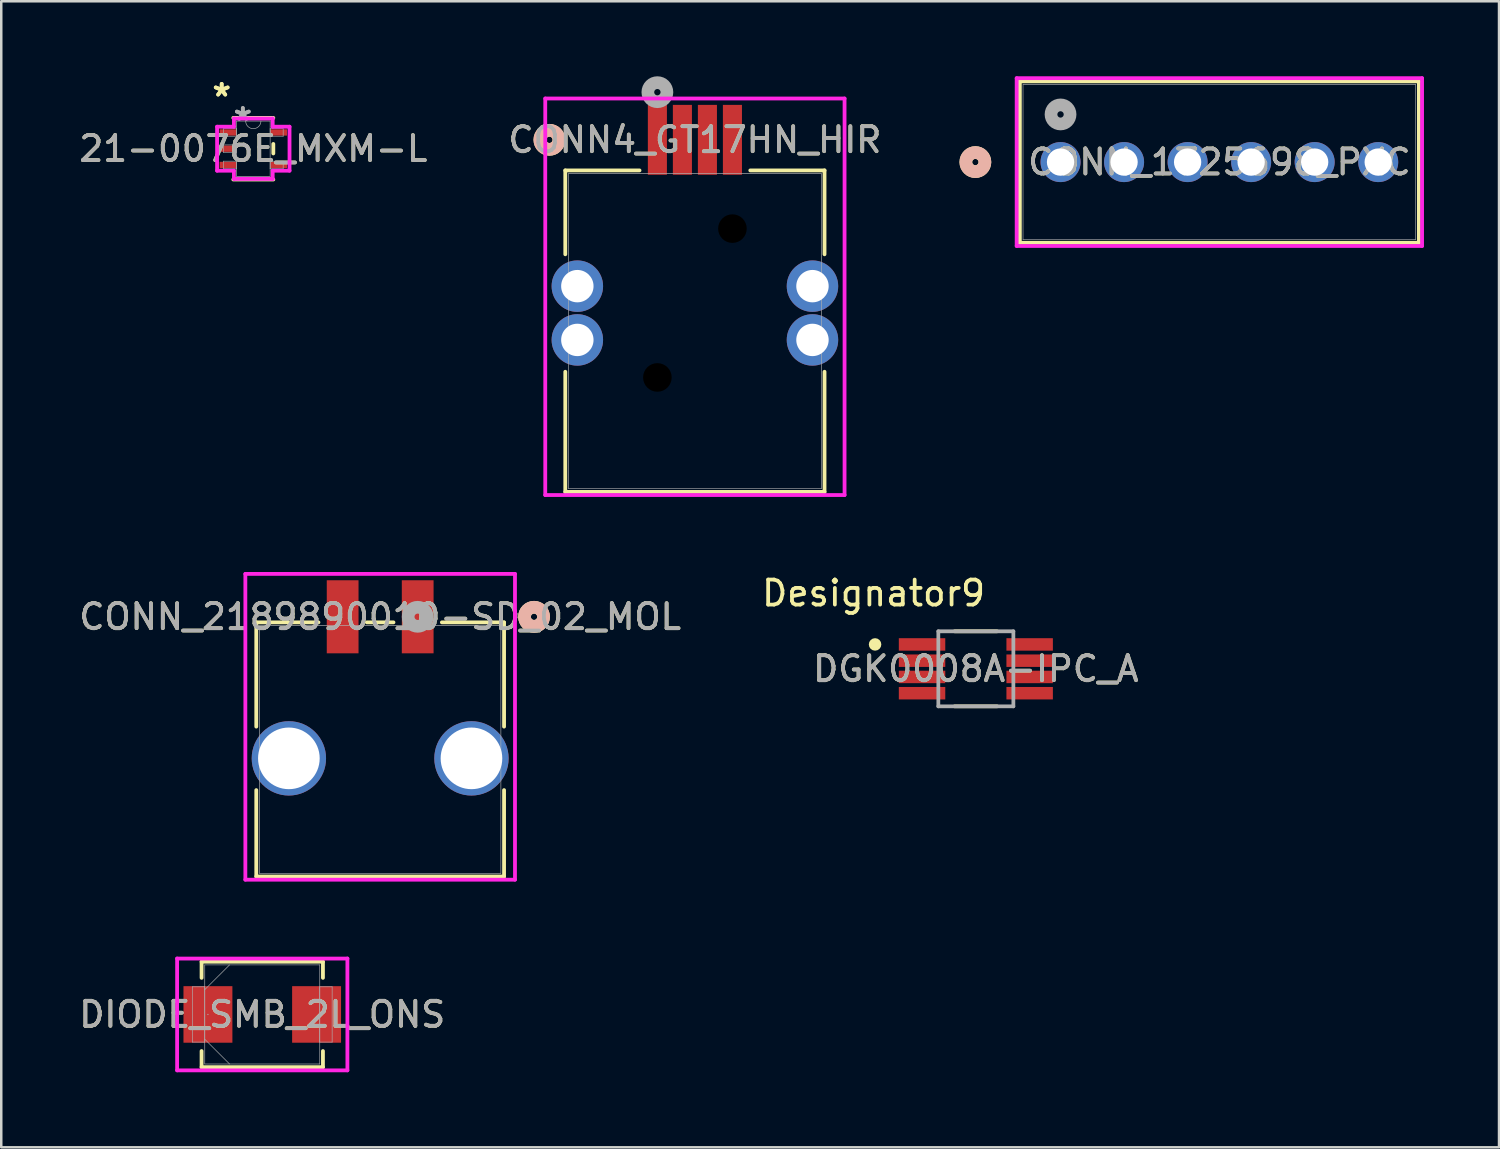
<source format=kicad_pcb>
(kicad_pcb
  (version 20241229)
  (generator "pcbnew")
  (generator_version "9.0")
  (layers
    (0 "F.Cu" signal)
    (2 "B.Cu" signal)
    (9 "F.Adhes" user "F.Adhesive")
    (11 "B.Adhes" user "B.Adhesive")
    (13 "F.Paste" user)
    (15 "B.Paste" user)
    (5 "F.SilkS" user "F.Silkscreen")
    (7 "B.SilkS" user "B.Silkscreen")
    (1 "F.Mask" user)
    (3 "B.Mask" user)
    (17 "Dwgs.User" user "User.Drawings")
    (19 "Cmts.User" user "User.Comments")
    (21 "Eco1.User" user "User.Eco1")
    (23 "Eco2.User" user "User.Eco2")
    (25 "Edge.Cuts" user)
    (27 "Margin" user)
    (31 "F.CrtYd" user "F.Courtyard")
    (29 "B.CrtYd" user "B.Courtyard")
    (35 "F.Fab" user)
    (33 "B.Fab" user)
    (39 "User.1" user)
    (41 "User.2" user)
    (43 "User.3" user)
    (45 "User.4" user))
  (footprint "21-0076E_MXM-L"
    (layer "F.Cu")
    (at 7.077 2.895)
    (property "Reference" "21-0076E_MXM-L" (at 0 0 0) (unlocked yes) (layer "F.SilkS") (effects (font (size 1 1) (thickness 0.15))))
    (attr smd)
    (fp_line (start -0.8 1.232) (end 0.8 1.232) (stroke (width 0.152) (type solid)) (layer "F.SilkS"))
    (fp_line (start 0.8 -1.232) (end -0.8 -1.232) (stroke (width 0.152) (type solid)) (layer "F.SilkS"))
    (fp_line (start 0.8 0.19) (end 0.8 -0.19) (stroke (width 0.152) (type solid)) (layer "F.SilkS"))
    (fp_line (start -1.448 -0.879) (end -0.775 -0.879) (stroke (width 0.152) (type solid)) (layer "F.CrtYd"))
    (fp_line (start -1.448 0.879) (end -1.448 -0.879) (stroke (width 0.152) (type solid)) (layer "F.CrtYd"))
    (fp_line (start -0.775 -1.206) (end 0.775 -1.206) (stroke (width 0.152) (type solid)) (layer "F.CrtYd"))
    (fp_line (start -0.775 -0.879) (end -0.775 -1.206) (stroke (width 0.152) (type solid)) (layer "F.CrtYd"))
    (fp_line (start -0.775 0.879) (end -1.448 0.879) (stroke (width 0.152) (type solid)) (layer "F.CrtYd"))
    (fp_line (start -0.775 1.206) (end -0.775 0.879) (stroke (width 0.152) (type solid)) (layer "F.CrtYd"))
    (fp_line (start 0.775 -1.206) (end 0.775 -0.879) (stroke (width 0.152) (type solid)) (layer "F.CrtYd"))
    (fp_line (start 0.775 -0.879) (end 1.448 -0.879) (stroke (width 0.152) (type solid)) (layer "F.CrtYd"))
    (fp_line (start 0.775 0.879) (end 0.775 1.206) (stroke (width 0.152) (type solid)) (layer "F.CrtYd"))
    (fp_line (start 0.775 1.206) (end -0.775 1.206) (stroke (width 0.152) (type solid)) (layer "F.CrtYd"))
    (fp_line (start 1.448 -0.879) (end 1.448 0.879) (stroke (width 0.152) (type solid)) (layer "F.CrtYd"))
    (fp_line (start 1.448 0.879) (end 0.775 0.879) (stroke (width 0.152) (type solid)) (layer "F.CrtYd"))
    (fp_line (start -1.194 -0.802) (end -1.194 -0.498) (stroke (width 0.025) (type solid)) (layer "F.Fab"))
    (fp_line (start -1.194 -0.498) (end -0.673 -0.498) (stroke (width 0.025) (type solid)) (layer "F.Fab"))
    (fp_line (start -1.194 -0.152) (end -1.194 0.152) (stroke (width 0.025) (type solid)) (layer "F.Fab"))
    (fp_line (start -1.194 0.152) (end -0.673 0.152) (stroke (width 0.025) (type solid)) (layer "F.Fab"))
    (fp_line (start -1.194 0.498) (end -1.194 0.802) (stroke (width 0.025) (type solid)) (layer "F.Fab"))
    (fp_line (start -1.194 0.802) (end -0.673 0.802) (stroke (width 0.025) (type solid)) (layer "F.Fab"))
    (fp_line (start -0.673 -1.105) (end -0.673 1.105) (stroke (width 0.025) (type solid)) (layer "F.Fab"))
    (fp_line (start -0.673 -0.802) (end -1.194 -0.802) (stroke (width 0.025) (type solid)) (layer "F.Fab"))
    (fp_line (start -0.673 -0.498) (end -0.673 -0.802) (stroke (width 0.025) (type solid)) (layer "F.Fab"))
    (fp_line (start -0.673 -0.152) (end -1.194 -0.152) (stroke (width 0.025) (type solid)) (layer "F.Fab"))
    (fp_line (start -0.673 0.152) (end -0.673 -0.152) (stroke (width 0.025) (type solid)) (layer "F.Fab"))
    (fp_line (start -0.673 0.498) (end -1.194 0.498) (stroke (width 0.025) (type solid)) (layer "F.Fab"))
    (fp_line (start -0.673 0.802) (end -0.673 0.498) (stroke (width 0.025) (type solid)) (layer "F.Fab"))
    (fp_line (start -0.673 1.105) (end 0.673 1.105) (stroke (width 0.025) (type solid)) (layer "F.Fab"))
    (fp_line (start 0.673 -1.105) (end -0.673 -1.105) (stroke (width 0.025) (type solid)) (layer "F.Fab"))
    (fp_line (start 0.673 -0.802) (end 0.673 -0.498) (stroke (width 0.025) (type solid)) (layer "F.Fab"))
    (fp_line (start 0.673 -0.498) (end 1.194 -0.498) (stroke (width 0.025) (type solid)) (layer "F.Fab"))
    (fp_line (start 0.673 0.498) (end 0.673 0.802) (stroke (width 0.025) (type solid)) (layer "F.Fab"))
    (fp_line (start 0.673 0.802) (end 1.194 0.802) (stroke (width 0.025) (type solid)) (layer "F.Fab"))
    (fp_line (start 0.673 1.105) (end 0.673 -1.105) (stroke (width 0.025) (type solid)) (layer "F.Fab"))
    (fp_line (start 1.194 -0.802) (end 0.673 -0.802) (stroke (width 0.025) (type solid)) (layer "F.Fab"))
    (fp_line (start 1.194 -0.498) (end 1.194 -0.802) (stroke (width 0.025) (type solid)) (layer "F.Fab"))
    (fp_line (start 1.194 0.498) (end 0.673 0.498) (stroke (width 0.025) (type solid)) (layer "F.Fab"))
    (fp_line (start 1.194 0.802) (end 1.194 0.498) (stroke (width 0.025) (type solid)) (layer "F.Fab"))
    (fp_arc (start 0.3048 -1.1049) (mid 0 -0.8001) (end -0.3048 -1.1049) (stroke (width 0.0254) (type solid)) (layer "F.Fab"))
    (fp_text user "*" (at -1.264 -2.047 0) (unlocked yes) (layer "F.SilkS") (effects (font (size 1 1) (thickness 0.15))))
    (fp_text user "*" (at -1.264 -2.047 0) (layer "F.SilkS") (effects (font (size 1 1) (thickness 0.15))))
    (fp_text user "*" (at -0.419 -1.082 0) (layer "F.Fab") (effects (font (size 1 1) (thickness 0.15))))
    (fp_text user "*" (at -0.419 -1.082 0) (unlocked yes) (layer "F.Fab") (effects (font (size 1 1) (thickness 0.15))))
    (fp_text user "${REFERENCE}" (at 0 0 0) (unlocked yes) (layer "F.Fab") (effects (font (size 1 1) (thickness 0.15))))
    (pad "1" smd rect (at -1.01 -0.65) (size 0.673 0.254) (layers "F.Cu" "F.Mask" "F.Paste"))
    (pad "2" smd rect (at -1.01 0) (size 0.673 0.254) (layers "F.Cu" "F.Mask" "F.Paste"))
    (pad "3" smd rect (at -1.01 0.65) (size 0.673 0.254) (layers "F.Cu" "F.Mask" "F.Paste"))
    (pad "4" smd rect (at 1.01 0.65) (size 0.673 0.254) (layers "F.Cu" "F.Mask" "F.Paste"))
    (pad "5" smd rect (at 1.01 -0.65) (size 0.673 0.254) (layers "F.Cu" "F.Mask" "F.Paste")))
  (footprint "CONN_1725698_PXC"
    (layer "F.Cu")
    (at 39.35 3.43)
    (property "Reference" "CONN_1725698_PXC" (at 6.35 0 0) (unlocked yes) (layer "F.SilkS") (effects (font (size 1 1) (thickness 0.15))))
    (attr through_hole)
    (fp_line (start -1.627 -3.227) (end -1.627 3.227) (stroke (width 0.152) (type solid)) (layer "F.SilkS"))
    (fp_line (start -1.627 3.227) (end 14.327 3.227) (stroke (width 0.152) (type solid)) (layer "F.SilkS"))
    (fp_line (start 14.327 -3.227) (end -1.627 -3.227) (stroke (width 0.152) (type solid)) (layer "F.SilkS"))
    (fp_line (start 14.327 3.227) (end 14.327 -3.227) (stroke (width 0.152) (type solid)) (layer "F.SilkS"))
    (fp_circle (center -3.405 0) (end -3.024 0) (stroke (width 0.508) (type solid)) (fill no) (layer "F.SilkS"))
    (fp_circle (center -3.405 0) (end -3.024 0) (stroke (width 0.508) (type solid)) (fill no) (layer "B.SilkS"))
    (fp_line (start -1.754 -3.354) (end -1.754 3.354) (stroke (width 0.152) (type solid)) (layer "F.CrtYd"))
    (fp_line (start -1.754 3.354) (end 14.454 3.354) (stroke (width 0.152) (type solid)) (layer "F.CrtYd"))
    (fp_line (start 14.454 -3.354) (end -1.754 -3.354) (stroke (width 0.152) (type solid)) (layer "F.CrtYd"))
    (fp_line (start 14.454 3.354) (end 14.454 -3.354) (stroke (width 0.152) (type solid)) (layer "F.CrtYd"))
    (fp_line (start -1.5 -3.1) (end -1.5 3.1) (stroke (width 0.025) (type solid)) (layer "F.Fab"))
    (fp_line (start -1.5 3.1) (end 14.2 3.1) (stroke (width 0.025) (type solid)) (layer "F.Fab"))
    (fp_line (start 14.2 -3.1) (end -1.5 -3.1) (stroke (width 0.025) (type solid)) (layer "F.Fab"))
    (fp_line (start 14.2 3.1) (end 14.2 -3.1) (stroke (width 0.025) (type solid)) (layer "F.Fab"))
    (fp_circle (center 0 -1.905) (end 0.381 -1.905) (stroke (width 0.508) (type solid)) (fill no) (layer "F.Fab"))
    (fp_text user "${REFERENCE}" (at 6.35 0 0) (unlocked yes) (layer "F.Fab") (effects (font (size 1 1) (thickness 0.15))))
    (pad "1" thru_hole circle (at 0 0) (size 1.6 1.6) (drill 1.092) (layers "*.Cu" "*.Mask"))
    (pad "2" thru_hole circle (at 2.54 0) (size 1.6 1.6) (drill 1.092) (layers "*.Cu" "*.Mask"))
    (pad "3" thru_hole circle (at 5.08 0) (size 1.6 1.6) (drill 1.092) (layers "*.Cu" "*.Mask"))
    (pad "4" thru_hole circle (at 7.62 0) (size 1.6 1.6) (drill 1.092) (layers "*.Cu" "*.Mask"))
    (pad "5" thru_hole circle (at 10.16 0) (size 1.6 1.6) (drill 1.092) (layers "*.Cu" "*.Mask"))
    (pad "6" thru_hole circle (at 12.7 0) (size 1.6 1.6) (drill 1.092) (layers "*.Cu" "*.Mask")))
  (footprint "DGK0008A-IPC_A"
    (layer "F.Cu")
    (at 35.964 23.689)
    (property "Reference" "DGK0008A-IPC_A" (at 0 0 0) (unlocked yes) (layer "F.SilkS") (effects (font (size 1 1) (thickness 0.15))))
    (attr smd)
    (fp_line (start -0.848 -1.5) (end 0.848 -1.5) (stroke (width 0.15) (type solid)) (layer "F.SilkS"))
    (fp_line (start -0.848 1.5) (end 0.848 1.5) (stroke (width 0.15) (type solid)) (layer "F.SilkS"))
    (fp_circle (center -4.029 -0.975) (end -3.904 -0.975) (stroke (width 0.25) (type solid)) (fill no) (layer "F.SilkS"))
    (fp_line (start -1.5 -1.5) (end 1.5 -1.5) (stroke (width 0.15) (type solid)) (layer "F.Fab"))
    (fp_line (start -1.5 1.5) (end -1.5 -1.5) (stroke (width 0.15) (type solid)) (layer "F.Fab"))
    (fp_line (start -1.5 1.5) (end 1.5 1.5) (stroke (width 0.15) (type solid)) (layer "F.Fab"))
    (fp_line (start 1.5 1.5) (end 1.5 -1.5) (stroke (width 0.15) (type solid)) (layer "F.Fab"))
    (fp_text user "Designator9" (at -4.089 -3.023 0) (unlocked yes) (layer "F.SilkS") (effects (font (size 1 1) (thickness 0.15))))
    (fp_text user "${REFERENCE}" (at 0 0 0) (unlocked yes) (layer "F.Fab") (effects (font (size 1 1) (thickness 0.15))))
    (pad "1" smd rect (at -2.151 -0.975) (size 1.857 0.498) (layers "F.Cu" "F.Mask" "F.Paste"))
    (pad "2" smd rect (at -2.151 -0.325) (size 1.857 0.498) (layers "F.Cu" "F.Mask" "F.Paste"))
    (pad "3" smd rect (at -2.151 0.325) (size 1.857 0.498) (layers "F.Cu" "F.Mask" "F.Paste"))
    (pad "4" smd rect (at -2.151 0.975) (size 1.857 0.498) (layers "F.Cu" "F.Mask" "F.Paste"))
    (pad "5" smd rect (at 2.151 0.975) (size 1.857 0.498) (layers "F.Cu" "F.Mask" "F.Paste"))
    (pad "6" smd rect (at 2.151 0.325) (size 1.857 0.498) (layers "F.Cu" "F.Mask" "F.Paste"))
    (pad "7" smd rect (at 2.151 -0.325) (size 1.857 0.498) (layers "F.Cu" "F.Mask" "F.Paste"))
    (pad "8" smd rect (at 2.151 -0.975) (size 1.857 0.498) (layers "F.Cu" "F.Mask" "F.Paste")))
  (footprint "CONN_2189890010-SD_02_MOL"
    (layer "F.Cu")
    (at 12.149 26.912)
    (property "Reference" "CONN_2189890010-SD_02_MOL" (at 0 -5.303 0) (unlocked yes) (layer "F.SilkS") (effects (font (size 1 1) (thickness 0.15))))
    (fp_line (start -4.953 -5.08) (end -4.953 -0.912) (stroke (width 0.152) (type solid)) (layer "F.SilkS"))
    (fp_line (start -4.953 1.626) (end -4.953 5.08) (stroke (width 0.152) (type solid)) (layer "F.SilkS"))
    (fp_line (start -4.953 5.08) (end 4.953 5.08) (stroke (width 0.152) (type solid)) (layer "F.SilkS"))
    (fp_line (start -2.468 -5.08) (end -4.953 -5.08) (stroke (width 0.152) (type solid)) (layer "F.SilkS"))
    (fp_line (start 0.532 -5.08) (end -0.532 -5.08) (stroke (width 0.152) (type solid)) (layer "F.SilkS"))
    (fp_line (start 4.953 -5.08) (end 2.468 -5.08) (stroke (width 0.152) (type solid)) (layer "F.SilkS"))
    (fp_line (start 4.953 -0.912) (end 4.953 -5.08) (stroke (width 0.152) (type solid)) (layer "F.SilkS"))
    (fp_line (start 4.953 5.08) (end 4.953 1.626) (stroke (width 0.152) (type solid)) (layer "F.SilkS"))
    (fp_circle (center 6.152 -5.303) (end 6.533 -5.303) (stroke (width 0.508) (type solid)) (fill no) (layer "F.SilkS"))
    (fp_circle (center 6.152 -5.303) (end 6.533 -5.303) (stroke (width 0.508) (type solid)) (fill no) (layer "B.SilkS"))
    (fp_line (start -5.39 -7.017) (end -5.39 5.207) (stroke (width 0.152) (type solid)) (layer "F.CrtYd"))
    (fp_line (start -5.39 5.207) (end 5.39 5.207) (stroke (width 0.152) (type solid)) (layer "F.CrtYd"))
    (fp_line (start 5.39 -7.017) (end -5.39 -7.017) (stroke (width 0.152) (type solid)) (layer "F.CrtYd"))
    (fp_line (start 5.39 5.207) (end 5.39 -7.017) (stroke (width 0.152) (type solid)) (layer "F.CrtYd"))
    (fp_line (start -4.826 -4.953) (end -4.826 4.953) (stroke (width 0.025) (type solid)) (layer "F.Fab"))
    (fp_line (start -4.826 4.953) (end 4.826 4.953) (stroke (width 0.025) (type solid)) (layer "F.Fab"))
    (fp_line (start 4.826 -4.953) (end -4.826 -4.953) (stroke (width 0.025) (type solid)) (layer "F.Fab"))
    (fp_line (start 4.826 4.953) (end 4.826 -4.953) (stroke (width 0.025) (type solid)) (layer "F.Fab"))
    (fp_circle (center 1.5 -5.303) (end 1.881 -5.303) (stroke (width 0.508) (type solid)) (fill no) (layer "F.Fab"))
    (fp_text user "${REFERENCE}" (at 0 -5.303 0) (unlocked yes) (layer "F.Fab") (effects (font (size 1 1) (thickness 0.15))))
    (pad "1" smd rect (at 1.5 -5.303) (size 1.27 2.921) (layers "F.Cu" "F.Mask" "F.Paste"))
    (pad "2" smd rect (at -1.5 -5.303) (size 1.27 2.921) (layers "F.Cu" "F.Mask" "F.Paste"))
    (pad "3" thru_hole circle (at -3.65 0.357) (size 2.972 2.972) (drill 2.464) (layers "*.Cu" "*.Mask"))
    (pad "4" thru_hole circle (at 3.65 0.357) (size 2.972 2.972) (drill 2.464) (layers "*.Cu" "*.Mask"))
    (zone (net_name "") (layer "F.Cu") (hatch full 0.508) (connect_pads) (min_thickness 0.254) (filled_areas_thickness no) (keepout (tracks not_allowed) (vias not_allowed) (pads allowed) (copperpour not_allowed) (footprints allowed)) (placement (enabled no)) (fill) (polygon (pts (xy 6.405 23.259) (xy 6.405 24.859) (xy 8.843 24.859) (xy 8.843 23.259))))
    (zone (net_name "") (layer "F.Cu") (hatch full 0.508) (connect_pads) (min_thickness 0.254) (filled_areas_thickness no) (keepout (tracks not_allowed) (vias not_allowed) (pads allowed) (copperpour not_allowed) (footprints allowed)) (placement (enabled no)) (fill) (polygon (pts (xy 15.455 23.259) (xy 15.455 24.859) (xy 17.893 24.859) (xy 17.893 23.259)))))
  (footprint "DIODE_SMB_2L_ONS"
    (layer "F.Cu")
    (at 7.435 37.507)
    (property "Reference" "DIODE_SMB_2L_ONS" (at 0 0 0) (unlocked yes) (layer "F.SilkS") (effects (font (size 1 1) (thickness 0.15))))
    (attr smd)
    (fp_line (start -2.426 -2.108) (end -2.426 -1.463) (stroke (width 0.152) (type solid)) (layer "F.SilkS"))
    (fp_line (start -2.426 1.463) (end -2.426 2.108) (stroke (width 0.152) (type solid)) (layer "F.SilkS"))
    (fp_line (start -2.426 2.108) (end 2.426 2.108) (stroke (width 0.152) (type solid)) (layer "F.SilkS"))
    (fp_line (start 2.426 -2.108) (end -2.426 -2.108) (stroke (width 0.152) (type solid)) (layer "F.SilkS"))
    (fp_line (start 2.426 -1.463) (end 2.426 -2.108) (stroke (width 0.152) (type solid)) (layer "F.SilkS"))
    (fp_line (start 2.426 2.108) (end 2.426 1.463) (stroke (width 0.152) (type solid)) (layer "F.SilkS"))
    (fp_line (start -3.404 -2.235) (end 3.404 -2.235) (stroke (width 0.152) (type solid)) (layer "F.CrtYd"))
    (fp_line (start -3.404 2.235) (end -3.404 -2.235) (stroke (width 0.152) (type solid)) (layer "F.CrtYd"))
    (fp_line (start 3.404 -2.235) (end 3.404 2.235) (stroke (width 0.152) (type solid)) (layer "F.CrtYd"))
    (fp_line (start 3.404 2.235) (end -3.404 2.235) (stroke (width 0.152) (type solid)) (layer "F.CrtYd"))
    (fp_line (start -2.794 -1.105) (end -2.794 1.105) (stroke (width 0.025) (type solid)) (layer "F.Fab"))
    (fp_line (start -2.794 1.105) (end -2.299 1.105) (stroke (width 0.025) (type solid)) (layer "F.Fab"))
    (fp_line (start -2.299 -1.981) (end -2.299 1.981) (stroke (width 0.025) (type solid)) (layer "F.Fab"))
    (fp_line (start -2.299 -1.105) (end -2.794 -1.105) (stroke (width 0.025) (type solid)) (layer "F.Fab"))
    (fp_line (start -2.299 -0.991) (end -1.308 -1.981) (stroke (width 0.025) (type solid)) (layer "F.Fab"))
    (fp_line (start -2.299 0.991) (end -1.308 1.981) (stroke (width 0.025) (type solid)) (layer "F.Fab"))
    (fp_line (start -2.299 1.105) (end -2.299 -1.105) (stroke (width 0.025) (type solid)) (layer "F.Fab"))
    (fp_line (start -2.299 1.981) (end 2.299 1.981) (stroke (width 0.025) (type solid)) (layer "F.Fab"))
    (fp_line (start 2.299 -1.981) (end -2.299 -1.981) (stroke (width 0.025) (type solid)) (layer "F.Fab"))
    (fp_line (start 2.299 -1.105) (end 2.299 1.105) (stroke (width 0.025) (type solid)) (layer "F.Fab"))
    (fp_line (start 2.299 1.105) (end 2.794 1.105) (stroke (width 0.025) (type solid)) (layer "F.Fab"))
    (fp_line (start 2.299 1.981) (end 2.299 -1.981) (stroke (width 0.025) (type solid)) (layer "F.Fab"))
    (fp_line (start 2.794 -1.105) (end 2.299 -1.105) (stroke (width 0.025) (type solid)) (layer "F.Fab"))
    (fp_line (start 2.794 1.105) (end 2.794 -1.105) (stroke (width 0.025) (type solid)) (layer "F.Fab"))
    (fp_circle (center -2.172 0) (end -2.172 0) (stroke (width 0.025) (type solid)) (fill no) (layer "F.Fab"))
    (fp_text user "${REFERENCE}" (at 0 0 0) (unlocked yes) (layer "F.Fab") (effects (font (size 1 1) (thickness 0.15))))
    (pad "1" smd rect (at -2.172 0) (size 1.956 2.261) (layers "F.Cu" "F.Mask" "F.Paste"))
    (pad "2" smd rect (at 2.172 0) (size 1.956 2.261) (layers "F.Cu" "F.Mask" "F.Paste"))
    (zone (net_name "") (layer "F.Cu") (hatch full 0.508) (connect_pads) (min_thickness 0.254) (filled_areas_thickness no) (keepout (tracks not_allowed) (vias not_allowed) (pads allowed) (copperpour not_allowed) (footprints allowed)) (placement (enabled no)) (fill) (polygon (pts (xy 6.292 35.576) (xy 8.578 35.576) (xy 8.578 39.437) (xy 6.292 39.437)))))
  (footprint "CONN4_GT17HN_HIR"
    (layer "F.Cu")
    (at 24.732 10.189)
    (property "Reference" "CONN4_GT17HN_HIR" (at 0 -7.649 0) (unlocked yes) (layer "F.SilkS") (effects (font (size 1 1) (thickness 0.15))))
    (fp_line (start -5.182 -6.426) (end -5.182 -3.073) (stroke (width 0.152) (type solid)) (layer "F.SilkS"))
    (fp_line (start -5.182 1.624) (end -5.182 6.426) (stroke (width 0.152) (type solid)) (layer "F.SilkS"))
    (fp_line (start -5.182 6.426) (end 5.182 6.426) (stroke (width 0.152) (type solid)) (layer "F.SilkS"))
    (fp_line (start -2.214 -6.426) (end -5.182 -6.426) (stroke (width 0.152) (type solid)) (layer "F.SilkS"))
    (fp_line (start 5.182 -6.426) (end 2.214 -6.426) (stroke (width 0.152) (type solid)) (layer "F.SilkS"))
    (fp_line (start 5.182 -3.073) (end 5.182 -6.426) (stroke (width 0.152) (type solid)) (layer "F.SilkS"))
    (fp_line (start 5.182 6.426) (end 5.182 1.624) (stroke (width 0.152) (type solid)) (layer "F.SilkS"))
    (fp_circle (center -5.817 -7.649) (end -5.436 -7.649) (stroke (width 0.508) (type solid)) (fill no) (layer "F.SilkS"))
    (fp_circle (center -5.817 -7.649) (end -5.436 -7.649) (stroke (width 0.508) (type solid)) (fill no) (layer "B.SilkS"))
    (fp_line (start -5.983 -9.3) (end -5.983 6.553) (stroke (width 0.152) (type solid)) (layer "F.CrtYd"))
    (fp_line (start -5.983 6.553) (end 5.983 6.553) (stroke (width 0.152) (type solid)) (layer "F.CrtYd"))
    (fp_line (start 5.983 -9.3) (end -5.983 -9.3) (stroke (width 0.152) (type solid)) (layer "F.CrtYd"))
    (fp_line (start 5.983 6.553) (end 5.983 -9.3) (stroke (width 0.152) (type solid)) (layer "F.CrtYd"))
    (fp_line (start -5.055 -6.299) (end -5.055 6.299) (stroke (width 0.025) (type solid)) (layer "F.Fab"))
    (fp_line (start -5.055 6.299) (end 5.055 6.299) (stroke (width 0.025) (type solid)) (layer "F.Fab"))
    (fp_line (start 5.055 -6.299) (end -5.055 -6.299) (stroke (width 0.025) (type solid)) (layer "F.Fab"))
    (fp_line (start 5.055 6.299) (end 5.055 -6.299) (stroke (width 0.025) (type solid)) (layer "F.Fab"))
    (fp_circle (center -1.5 -9.554) (end -1.119 -9.554) (stroke (width 0.508) (type solid)) (fill no) (layer "F.Fab"))
    (fp_text user "${REFERENCE}" (at 0 -7.649 0) (unlocked yes) (layer "F.Fab") (effects (font (size 1 1) (thickness 0.15))))
    (pad "" np_thru_hole circle (at -1.5 1.851) (size 1.143 1.143) (drill 1.143) (layers))
    (pad "" np_thru_hole circle (at 1.5 -4.099) (size 1.143 1.143) (drill 1.143) (layers))
    (pad "1" smd rect (at -1.5 -7.649) (size 0.762 2.794) (layers "F.Cu" "F.Mask" "F.Paste"))
    (pad "2" smd rect (at -0.5 -7.649) (size 0.762 2.794) (layers "F.Cu" "F.Mask" "F.Paste"))
    (pad "3" smd rect (at 0.5 -7.649) (size 0.762 2.794) (layers "F.Cu" "F.Mask" "F.Paste"))
    (pad "4" smd rect (at 1.5 -7.649) (size 0.762 2.794) (layers "F.Cu" "F.Mask" "F.Paste"))
    (pad "5" thru_hole circle (at -4.7 -1.799) (size 2.057 2.057) (drill 1.295) (layers "*.Cu" "*.Mask"))
    (pad "6" thru_hole circle (at 4.7 -1.799) (size 2.057 2.057) (drill 1.295) (layers "*.Cu" "*.Mask"))
    (pad "7" thru_hole circle (at -4.7 0.351) (size 2.057 2.057) (drill 1.295) (layers "*.Cu" "*.Mask"))
    (pad "8" thru_hole circle (at 4.7 0.351) (size 2.057 2.057) (drill 1.295) (layers "*.Cu" "*.Mask")))
  (gr_rect
    (start -3 -3)
    (end 56.88 42.818)
    (stroke (width 0.1) (type default))
    (fill no)
    (layer "Edge.Cuts")))
</source>
